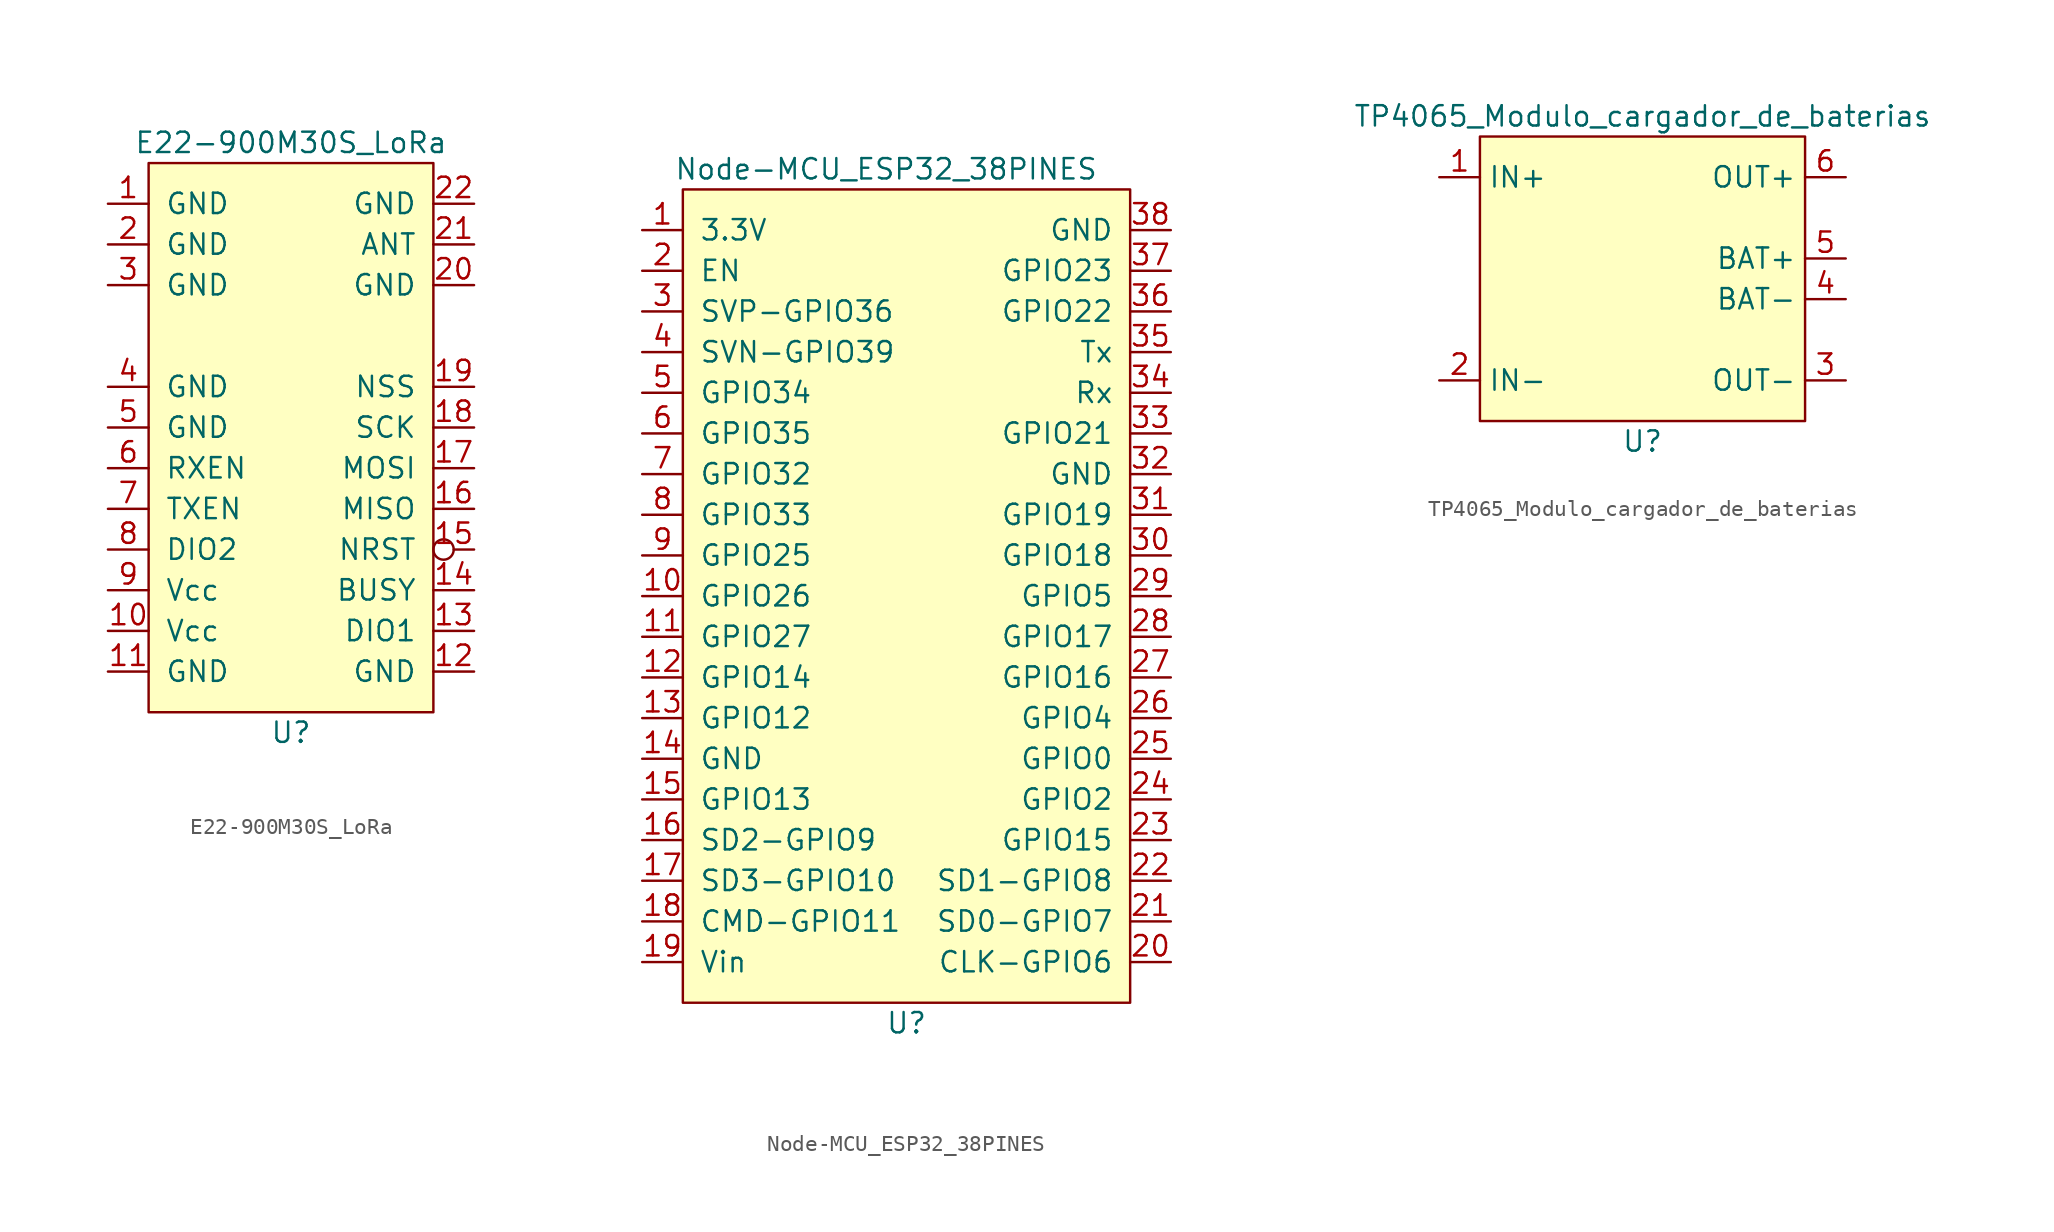
<source format=kicad_sym>
(kicad_symbol_lib
  (version 20211014)
  (generator kicad_symbol_editor)
  (symbol "E22-900M30S_LoRa"
    (pin_names
      (offset 1.016))
    (property "Reference" "U"
      (at 0 -19.05 0)
      (effects (font (size 1.27 1.27))))
    (property "Value" "E22-900M30S_LoRa"
      (at 0 17.78 0)
      (effects (font (size 1.27 1.27))))
    (symbol "E22-900M30S_LoRa_0_1"
      (rectangle (start 8.89 16.51) (end -8.89 -17.78) (stroke (width 0) (type default) (color 0 0 0 0)) (fill (type background))))
    (symbol "E22-900M30S_LoRa_1_1"
      (pin power_in line (at -11.43 13.97 0) (length 2.54) (name "GND" (effects (font (size 1.27 1.27)))) (number "1" (effects (font (size 1.27 1.27)))))
      (pin power_in line (at -11.43 -12.7 0) (length 2.54) (name "Vcc" (effects (font (size 1.27 1.27)))) (number "10" (effects (font (size 1.27 1.27)))))
      (pin power_in line (at -11.43 -15.24 0) (length 2.54) (name "GND" (effects (font (size 1.27 1.27)))) (number "11" (effects (font (size 1.27 1.27)))))
      (pin power_in line (at 11.43 -15.24 180) (length 2.54) (name "GND" (effects (font (size 1.27 1.27)))) (number "12" (effects (font (size 1.27 1.27)))))
      (pin bidirectional line (at 11.43 -12.7 180) (length 2.54) (name "DIO1" (effects (font (size 1.27 1.27)))) (number "13" (effects (font (size 1.27 1.27)))))
      (pin output line (at 11.43 -10.16 180) (length 2.54) (name "BUSY" (effects (font (size 1.27 1.27)))) (number "14" (effects (font (size 1.27 1.27)))))
      (pin input inverted (at 11.43 -7.62 180) (length 2.54) (name "NRST" (effects (font (size 1.27 1.27)))) (number "15" (effects (font (size 1.27 1.27)))))
      (pin output line (at 11.43 -5.08 180) (length 2.54) (name "MISO" (effects (font (size 1.27 1.27)))) (number "16" (effects (font (size 1.27 1.27)))))
      (pin input line (at 11.43 -2.54 180) (length 2.54) (name "MOSI" (effects (font (size 1.27 1.27)))) (number "17" (effects (font (size 1.27 1.27)))))
      (pin input line (at 11.43 0 180) (length 2.54) (name "SCK" (effects (font (size 1.27 1.27)))) (number "18" (effects (font (size 1.27 1.27)))))
      (pin input line (at 11.43 2.54 180) (length 2.54) (name "NSS" (effects (font (size 1.27 1.27)))) (number "19" (effects (font (size 1.27 1.27)))))
      (pin power_in line (at -11.43 11.43 0) (length 2.54) (name "GND" (effects (font (size 1.27 1.27)))) (number "2" (effects (font (size 1.27 1.27)))))
      (pin power_in line (at 11.43 8.89 180) (length 2.54) (name "GND" (effects (font (size 1.27 1.27)))) (number "20" (effects (font (size 1.27 1.27)))))
      (pin output line (at 11.43 11.43 180) (length 2.54) (name "ANT" (effects (font (size 1.27 1.27)))) (number "21" (effects (font (size 1.27 1.27)))))
      (pin power_in line (at 11.43 13.97 180) (length 2.54) (name "GND" (effects (font (size 1.27 1.27)))) (number "22" (effects (font (size 1.27 1.27)))))
      (pin power_in line (at -11.43 8.89 0) (length 2.54) (name "GND" (effects (font (size 1.27 1.27)))) (number "3" (effects (font (size 1.27 1.27)))))
      (pin power_in line (at -11.43 2.54 0) (length 2.54) (name "GND" (effects (font (size 1.27 1.27)))) (number "4" (effects (font (size 1.27 1.27)))))
      (pin power_in line (at -11.43 0 0) (length 2.54) (name "GND" (effects (font (size 1.27 1.27)))) (number "5" (effects (font (size 1.27 1.27)))))
      (pin input line (at -11.43 -2.54 0) (length 2.54) (name "RXEN" (effects (font (size 1.27 1.27)))) (number "6" (effects (font (size 1.27 1.27)))))
      (pin input line (at -11.43 -5.08 0) (length 2.54) (name "TXEN" (effects (font (size 1.27 1.27)))) (number "7" (effects (font (size 1.27 1.27)))))
      (pin bidirectional line (at -11.43 -7.62 0) (length 2.54) (name "DIO2" (effects (font (size 1.27 1.27)))) (number "8" (effects (font (size 1.27 1.27)))))
      (pin power_in line (at -11.43 -10.16 0) (length 2.54) (name "Vcc" (effects (font (size 1.27 1.27)))) (number "9" (effects (font (size 1.27 1.27)))))))
  (symbol "Node-MCU_ESP32_38PINES"
    (pin_names
      (offset 1.016))
    (property "Reference" "U"
      (at 0 -27.94 0)
      (effects (font (size 1.27 1.27))))
    (property "Value" "Node-MCU_ESP32_38PINES"
      (at -1.27 25.4 0)
      (effects (font (size 1.27 1.27))))
    (symbol "Node-MCU_ESP32_38PINES_0_1"
      (rectangle (start 13.97 24.13) (end -13.97 -26.67) (stroke (width 0) (type default) (color 0 0 0 0)) (fill (type background))))
    (symbol "Node-MCU_ESP32_38PINES_1_1"
      (pin power_in line (at -16.51 21.59 0) (length 2.54) (name "3.3V" (effects (font (size 1.27 1.27)))) (number "1" (effects (font (size 1.27 1.27)))))
      (pin bidirectional line (at -16.51 -1.27 0) (length 2.54) (name "GPIO26" (effects (font (size 1.27 1.27)))) (number "10" (effects (font (size 1.27 1.27)))))
      (pin bidirectional line (at -16.51 -3.81 0) (length 2.54) (name "GPIO27" (effects (font (size 1.27 1.27)))) (number "11" (effects (font (size 1.27 1.27)))))
      (pin bidirectional line (at -16.51 -6.35 0) (length 2.54) (name "GPIO14" (effects (font (size 1.27 1.27)))) (number "12" (effects (font (size 1.27 1.27)))))
      (pin bidirectional line (at -16.51 -8.89 0) (length 2.54) (name "GPIO12" (effects (font (size 1.27 1.27)))) (number "13" (effects (font (size 1.27 1.27)))))
      (pin power_in line (at -16.51 -11.43 0) (length 2.54) (name "GND" (effects (font (size 1.27 1.27)))) (number "14" (effects (font (size 1.27 1.27)))))
      (pin bidirectional line (at -16.51 -13.97 0) (length 2.54) (name "GPIO13" (effects (font (size 1.27 1.27)))) (number "15" (effects (font (size 1.27 1.27)))))
      (pin bidirectional line (at -16.51 -16.51 0) (length 2.54) (name "SD2-GPIO9" (effects (font (size 1.27 1.27)))) (number "16" (effects (font (size 1.27 1.27)))))
      (pin bidirectional line (at -16.51 -19.05 0) (length 2.54) (name "SD3-GPIO10" (effects (font (size 1.27 1.27)))) (number "17" (effects (font (size 1.27 1.27)))))
      (pin bidirectional line (at -16.51 -21.59 0) (length 2.54) (name "CMD-GPIO11" (effects (font (size 1.27 1.27)))) (number "18" (effects (font (size 1.27 1.27)))))
      (pin power_in line (at -16.51 -24.13 0) (length 2.54) (name "Vin" (effects (font (size 1.27 1.27)))) (number "19" (effects (font (size 1.27 1.27)))))
      (pin input line (at -16.51 19.05 0) (length 2.54) (name "EN" (effects (font (size 1.27 1.27)))) (number "2" (effects (font (size 1.27 1.27)))))
      (pin output line (at 16.51 -24.13 180) (length 2.54) (name "CLK-GPIO6" (effects (font (size 1.27 1.27)))) (number "20" (effects (font (size 1.27 1.27)))))
      (pin bidirectional line (at 16.51 -21.59 180) (length 2.54) (name "SD0-GPIO7" (effects (font (size 1.27 1.27)))) (number "21" (effects (font (size 1.27 1.27)))))
      (pin bidirectional line (at 16.51 -19.05 180) (length 2.54) (name "SD1-GPIO8" (effects (font (size 1.27 1.27)))) (number "22" (effects (font (size 1.27 1.27)))))
      (pin bidirectional line (at 16.51 -16.51 180) (length 2.54) (name "GPIO15" (effects (font (size 1.27 1.27)))) (number "23" (effects (font (size 1.27 1.27)))))
      (pin bidirectional line (at 16.51 -13.97 180) (length 2.54) (name "GPIO2" (effects (font (size 1.27 1.27)))) (number "24" (effects (font (size 1.27 1.27)))))
      (pin bidirectional line (at 16.51 -11.43 180) (length 2.54) (name "GPIO0" (effects (font (size 1.27 1.27)))) (number "25" (effects (font (size 1.27 1.27)))))
      (pin bidirectional line (at 16.51 -8.89 180) (length 2.54) (name "GPIO4" (effects (font (size 1.27 1.27)))) (number "26" (effects (font (size 1.27 1.27)))))
      (pin bidirectional line (at 16.51 -6.35 180) (length 2.54) (name "GPIO16" (effects (font (size 1.27 1.27)))) (number "27" (effects (font (size 1.27 1.27)))))
      (pin bidirectional line (at 16.51 -3.81 180) (length 2.54) (name "GPIO17" (effects (font (size 1.27 1.27)))) (number "28" (effects (font (size 1.27 1.27)))))
      (pin bidirectional line (at 16.51 -1.27 180) (length 2.54) (name "GPIO5" (effects (font (size 1.27 1.27)))) (number "29" (effects (font (size 1.27 1.27)))))
      (pin bidirectional line (at -16.51 16.51 0) (length 2.54) (name "SVP-GPIO36" (effects (font (size 1.27 1.27)))) (number "3" (effects (font (size 1.27 1.27)))))
      (pin bidirectional line (at 16.51 1.27 180) (length 2.54) (name "GPIO18" (effects (font (size 1.27 1.27)))) (number "30" (effects (font (size 1.27 1.27)))))
      (pin bidirectional line (at 16.51 3.81 180) (length 2.54) (name "GPIO19" (effects (font (size 1.27 1.27)))) (number "31" (effects (font (size 1.27 1.27)))))
      (pin power_in line (at 16.51 6.35 180) (length 2.54) (name "GND" (effects (font (size 1.27 1.27)))) (number "32" (effects (font (size 1.27 1.27)))))
      (pin bidirectional line (at 16.51 8.89 180) (length 2.54) (name "GPIO21" (effects (font (size 1.27 1.27)))) (number "33" (effects (font (size 1.27 1.27)))))
      (pin input line (at 16.51 11.43 180) (length 2.54) (name "Rx" (effects (font (size 1.27 1.27)))) (number "34" (effects (font (size 1.27 1.27)))))
      (pin output line (at 16.51 13.97 180) (length 2.54) (name "Tx" (effects (font (size 1.27 1.27)))) (number "35" (effects (font (size 1.27 1.27)))))
      (pin bidirectional line (at 16.51 16.51 180) (length 2.54) (name "GPIO22" (effects (font (size 1.27 1.27)))) (number "36" (effects (font (size 1.27 1.27)))))
      (pin bidirectional line (at 16.51 19.05 180) (length 2.54) (name "GPIO23" (effects (font (size 1.27 1.27)))) (number "37" (effects (font (size 1.27 1.27)))))
      (pin power_in line (at 16.51 21.59 180) (length 2.54) (name "GND" (effects (font (size 1.27 1.27)))) (number "38" (effects (font (size 1.27 1.27)))))
      (pin bidirectional line (at -16.51 13.97 0) (length 2.54) (name "SVN-GPIO39" (effects (font (size 1.27 1.27)))) (number "4" (effects (font (size 1.27 1.27)))))
      (pin bidirectional line (at -16.51 11.43 0) (length 2.54) (name "GPIO34" (effects (font (size 1.27 1.27)))) (number "5" (effects (font (size 1.27 1.27)))))
      (pin bidirectional line (at -16.51 8.89 0) (length 2.54) (name "GPIO35" (effects (font (size 1.27 1.27)))) (number "6" (effects (font (size 1.27 1.27)))))
      (pin bidirectional line (at -16.51 6.35 0) (length 2.54) (name "GPIO32" (effects (font (size 1.27 1.27)))) (number "7" (effects (font (size 1.27 1.27)))))
      (pin bidirectional line (at -16.51 3.81 0) (length 2.54) (name "GPIO33" (effects (font (size 1.27 1.27)))) (number "8" (effects (font (size 1.27 1.27)))))
      (pin bidirectional line (at -16.51 1.27 0) (length 2.54) (name "GPIO25" (effects (font (size 1.27 1.27)))) (number "9" (effects (font (size 1.27 1.27)))))))
  (symbol "TP4065_Modulo_cargador_de_baterias"
    (property "Reference" "U"
      (at 0 -10.16 0)
      (effects (font (size 1.27 1.27))))
    (property "Value" "TP4065_Modulo_cargador_de_baterias"
      (at 0 10.16 0)
      (effects (font (size 1.27 1.27))))
    (symbol "TP4065_Modulo_cargador_de_baterias_0_1"
      (rectangle (start 10.16 8.89) (end -10.16 -8.89) (stroke (width 0) (type default) (color 0 0 0 0)) (fill (type background))))
    (symbol "TP4065_Modulo_cargador_de_baterias_1_1"
      (pin power_in line (at -12.7 6.35 0) (length 2.54) (name "IN+" (effects (font (size 1.27 1.27)))) (number "1" (effects (font (size 1.27 1.27)))))
      (pin power_in line (at -12.7 -6.35 0) (length 2.54) (name "IN-" (effects (font (size 1.27 1.27)))) (number "2" (effects (font (size 1.27 1.27)))))
      (pin power_out line (at 12.7 -6.35 180) (length 2.54) (name "OUT-" (effects (font (size 1.27 1.27)))) (number "3" (effects (font (size 1.27 1.27)))))
      (pin power_out line (at 12.7 -1.27 180) (length 2.54) (name "BAT-" (effects (font (size 1.27 1.27)))) (number "4" (effects (font (size 1.27 1.27)))))
      (pin power_out line (at 12.7 1.27 180) (length 2.54) (name "BAT+" (effects (font (size 1.27 1.27)))) (number "5" (effects (font (size 1.27 1.27)))))
      (pin power_out line (at 12.7 6.35 180) (length 2.54) (name "OUT+" (effects (font (size 1.27 1.27)))) (number "6" (effects (font (size 1.27 1.27))))))))
</source>
